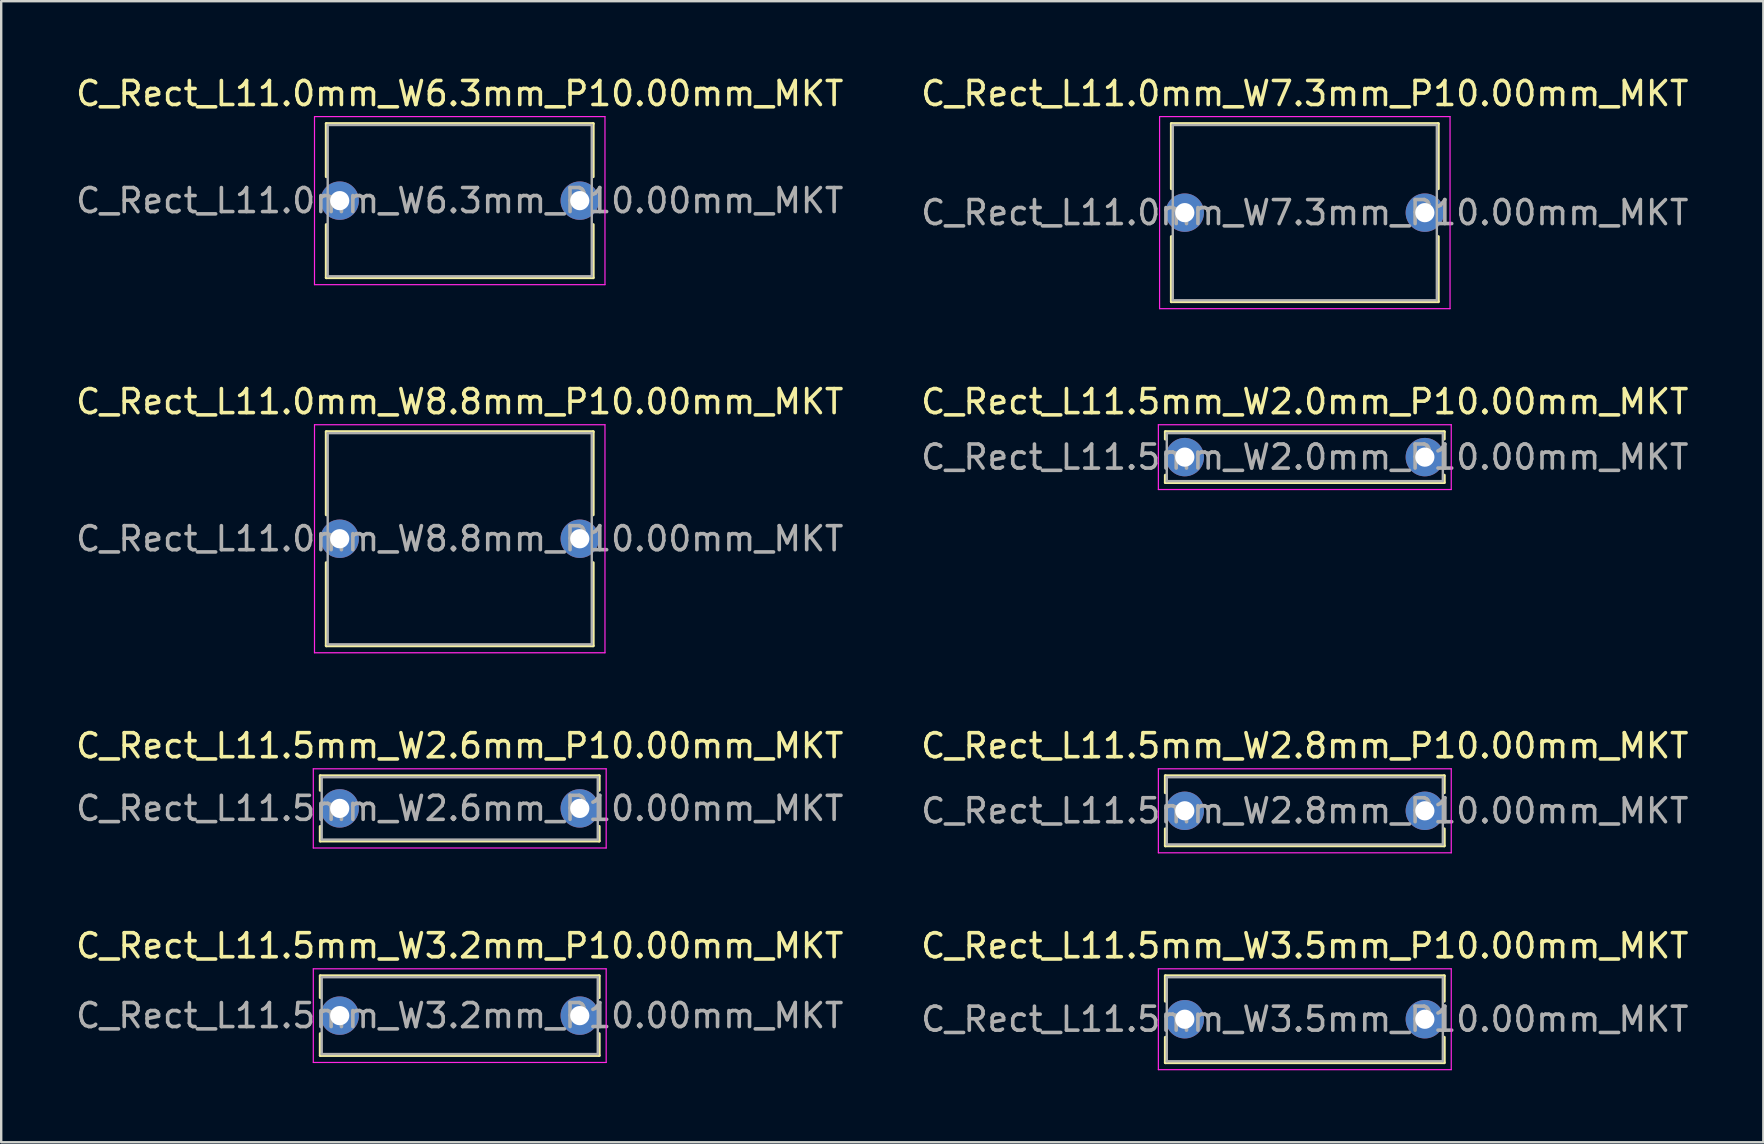
<source format=kicad_pcb>
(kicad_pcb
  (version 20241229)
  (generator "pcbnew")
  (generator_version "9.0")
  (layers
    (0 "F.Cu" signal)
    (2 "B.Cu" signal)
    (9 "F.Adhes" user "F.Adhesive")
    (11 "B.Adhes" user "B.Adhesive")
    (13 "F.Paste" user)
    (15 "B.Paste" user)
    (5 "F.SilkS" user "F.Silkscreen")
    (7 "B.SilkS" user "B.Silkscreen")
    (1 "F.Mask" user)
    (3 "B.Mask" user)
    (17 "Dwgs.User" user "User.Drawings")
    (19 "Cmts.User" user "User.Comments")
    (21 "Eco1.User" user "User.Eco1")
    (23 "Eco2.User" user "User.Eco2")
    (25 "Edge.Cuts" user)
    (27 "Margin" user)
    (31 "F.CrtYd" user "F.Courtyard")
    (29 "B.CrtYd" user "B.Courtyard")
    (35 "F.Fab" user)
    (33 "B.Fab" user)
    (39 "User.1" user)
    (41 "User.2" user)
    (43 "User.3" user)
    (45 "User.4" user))
  (footprint "C_Rect_L11.0mm_W8.8mm_P10.00mm_MKT"
    (layer "F.Cu")
    (at 11.101 19.392)
    (property "Reference" "C_Rect_L11.0mm_W8.8mm_P10.00mm_MKT" (at 5 -5.71 0) (layer "F.SilkS") (effects (font (size 1 1) (thickness 0.15))))
    (attr through_hole)
    (fp_line (start -0.56 -4.46) (end -0.56 -0.996) (stroke (width 0.12) (type solid)) (layer "F.SilkS"))
    (fp_line (start -0.56 -4.46) (end 10.56 -4.46) (stroke (width 0.12) (type solid)) (layer "F.SilkS"))
    (fp_line (start -0.56 0.996) (end -0.56 4.46) (stroke (width 0.12) (type solid)) (layer "F.SilkS"))
    (fp_line (start -0.56 4.46) (end 10.56 4.46) (stroke (width 0.12) (type solid)) (layer "F.SilkS"))
    (fp_line (start 10.56 -4.46) (end 10.56 -0.996) (stroke (width 0.12) (type solid)) (layer "F.SilkS"))
    (fp_line (start 10.56 0.996) (end 10.56 4.46) (stroke (width 0.12) (type solid)) (layer "F.SilkS"))
    (fp_line (start -1.05 -4.75) (end -1.05 4.75) (stroke (width 0.05) (type solid)) (layer "F.CrtYd"))
    (fp_line (start -1.05 4.75) (end 11.05 4.75) (stroke (width 0.05) (type solid)) (layer "F.CrtYd"))
    (fp_line (start 11.05 -4.75) (end -1.05 -4.75) (stroke (width 0.05) (type solid)) (layer "F.CrtYd"))
    (fp_line (start 11.05 4.75) (end 11.05 -4.75) (stroke (width 0.05) (type solid)) (layer "F.CrtYd"))
    (fp_line (start -0.5 -4.4) (end -0.5 4.4) (stroke (width 0.1) (type solid)) (layer "F.Fab"))
    (fp_line (start -0.5 4.4) (end 10.5 4.4) (stroke (width 0.1) (type solid)) (layer "F.Fab"))
    (fp_line (start 10.5 -4.4) (end -0.5 -4.4) (stroke (width 0.1) (type solid)) (layer "F.Fab"))
    (fp_line (start 10.5 4.4) (end 10.5 -4.4) (stroke (width 0.1) (type solid)) (layer "F.Fab"))
    (fp_text user "${REFERENCE}" (at 5 0 0) (layer "F.Fab") (effects (font (size 1 1) (thickness 0.15))))
    (pad "1" thru_hole circle (at 0 0) (size 1.6 1.6) (drill 0.8) (layers "*.Cu" "*.Mask"))
    (pad "2" thru_hole circle (at 10 0) (size 1.6 1.6) (drill 0.8) (layers "*.Cu" "*.Mask")))
  (footprint "C_Rect_L11.5mm_W3.5mm_P10.00mm_MKT"
    (layer "F.Cu")
    (at 46.304 39.408)
    (property "Reference" "C_Rect_L11.5mm_W3.5mm_P10.00mm_MKT" (at 5 -3.06 0) (layer "F.SilkS") (effects (font (size 1 1) (thickness 0.15))))
    (attr through_hole)
    (fp_line (start -0.81 -1.81) (end -0.81 -0.75) (stroke (width 0.12) (type solid)) (layer "F.SilkS"))
    (fp_line (start -0.81 -1.81) (end 10.81 -1.81) (stroke (width 0.12) (type solid)) (layer "F.SilkS"))
    (fp_line (start -0.81 0.75) (end -0.81 1.81) (stroke (width 0.12) (type solid)) (layer "F.SilkS"))
    (fp_line (start -0.81 1.81) (end 10.81 1.81) (stroke (width 0.12) (type solid)) (layer "F.SilkS"))
    (fp_line (start 10.81 -1.81) (end 10.81 -0.75) (stroke (width 0.12) (type solid)) (layer "F.SilkS"))
    (fp_line (start 10.81 0.75) (end 10.81 1.81) (stroke (width 0.12) (type solid)) (layer "F.SilkS"))
    (fp_line (start -1.1 -2.1) (end -1.1 2.1) (stroke (width 0.05) (type solid)) (layer "F.CrtYd"))
    (fp_line (start -1.1 2.1) (end 11.1 2.1) (stroke (width 0.05) (type solid)) (layer "F.CrtYd"))
    (fp_line (start 11.1 -2.1) (end -1.1 -2.1) (stroke (width 0.05) (type solid)) (layer "F.CrtYd"))
    (fp_line (start 11.1 2.1) (end 11.1 -2.1) (stroke (width 0.05) (type solid)) (layer "F.CrtYd"))
    (fp_line (start -0.75 -1.75) (end -0.75 1.75) (stroke (width 0.1) (type solid)) (layer "F.Fab"))
    (fp_line (start -0.75 1.75) (end 10.75 1.75) (stroke (width 0.1) (type solid)) (layer "F.Fab"))
    (fp_line (start 10.75 -1.75) (end -0.75 -1.75) (stroke (width 0.1) (type solid)) (layer "F.Fab"))
    (fp_line (start 10.75 1.75) (end 10.75 -1.75) (stroke (width 0.1) (type solid)) (layer "F.Fab"))
    (fp_text user "${REFERENCE}" (at 5 0 0) (layer "F.Fab") (effects (font (size 1 1) (thickness 0.15))))
    (pad "1" thru_hole circle (at 0 0) (size 1.6 1.6) (drill 0.8) (layers "*.Cu" "*.Mask"))
    (pad "2" thru_hole circle (at 10 0) (size 1.6 1.6) (drill 0.8) (layers "*.Cu" "*.Mask")))
  (footprint "C_Rect_L11.5mm_W3.2mm_P10.00mm_MKT"
    (layer "F.Cu")
    (at 11.101 39.258)
    (property "Reference" "C_Rect_L11.5mm_W3.2mm_P10.00mm_MKT" (at 5 -2.91 0) (layer "F.SilkS") (effects (font (size 1 1) (thickness 0.15))))
    (attr through_hole)
    (fp_line (start -0.81 -1.66) (end -0.81 -0.75) (stroke (width 0.12) (type solid)) (layer "F.SilkS"))
    (fp_line (start -0.81 -1.66) (end 10.81 -1.66) (stroke (width 0.12) (type solid)) (layer "F.SilkS"))
    (fp_line (start -0.81 0.75) (end -0.81 1.66) (stroke (width 0.12) (type solid)) (layer "F.SilkS"))
    (fp_line (start -0.81 1.66) (end 10.81 1.66) (stroke (width 0.12) (type solid)) (layer "F.SilkS"))
    (fp_line (start 10.81 -1.66) (end 10.81 -0.75) (stroke (width 0.12) (type solid)) (layer "F.SilkS"))
    (fp_line (start 10.81 0.75) (end 10.81 1.66) (stroke (width 0.12) (type solid)) (layer "F.SilkS"))
    (fp_line (start -1.1 -1.95) (end -1.1 1.95) (stroke (width 0.05) (type solid)) (layer "F.CrtYd"))
    (fp_line (start -1.1 1.95) (end 11.1 1.95) (stroke (width 0.05) (type solid)) (layer "F.CrtYd"))
    (fp_line (start 11.1 -1.95) (end -1.1 -1.95) (stroke (width 0.05) (type solid)) (layer "F.CrtYd"))
    (fp_line (start 11.1 1.95) (end 11.1 -1.95) (stroke (width 0.05) (type solid)) (layer "F.CrtYd"))
    (fp_line (start -0.75 -1.6) (end -0.75 1.6) (stroke (width 0.1) (type solid)) (layer "F.Fab"))
    (fp_line (start -0.75 1.6) (end 10.75 1.6) (stroke (width 0.1) (type solid)) (layer "F.Fab"))
    (fp_line (start 10.75 -1.6) (end -0.75 -1.6) (stroke (width 0.1) (type solid)) (layer "F.Fab"))
    (fp_line (start 10.75 1.6) (end 10.75 -1.6) (stroke (width 0.1) (type solid)) (layer "F.Fab"))
    (fp_text user "${REFERENCE}" (at 5 0 0) (layer "F.Fab") (effects (font (size 1 1) (thickness 0.15))))
    (pad "1" thru_hole circle (at 0 0) (size 1.6 1.6) (drill 0.8) (layers "*.Cu" "*.Mask"))
    (pad "2" thru_hole circle (at 10 0) (size 1.6 1.6) (drill 0.8) (layers "*.Cu" "*.Mask")))
  (footprint "C_Rect_L11.0mm_W6.3mm_P10.00mm_MKT"
    (layer "F.Cu")
    (at 11.101 5.308)
    (property "Reference" "C_Rect_L11.0mm_W6.3mm_P10.00mm_MKT" (at 5 -4.46 0) (layer "F.SilkS") (effects (font (size 1 1) (thickness 0.15))))
    (attr through_hole)
    (fp_line (start -0.56 -3.21) (end -0.56 -0.996) (stroke (width 0.12) (type solid)) (layer "F.SilkS"))
    (fp_line (start -0.56 -3.21) (end 10.56 -3.21) (stroke (width 0.12) (type solid)) (layer "F.SilkS"))
    (fp_line (start -0.56 0.996) (end -0.56 3.21) (stroke (width 0.12) (type solid)) (layer "F.SilkS"))
    (fp_line (start -0.56 3.21) (end 10.56 3.21) (stroke (width 0.12) (type solid)) (layer "F.SilkS"))
    (fp_line (start 10.56 -3.21) (end 10.56 -0.996) (stroke (width 0.12) (type solid)) (layer "F.SilkS"))
    (fp_line (start 10.56 0.996) (end 10.56 3.21) (stroke (width 0.12) (type solid)) (layer "F.SilkS"))
    (fp_line (start -1.05 -3.5) (end -1.05 3.5) (stroke (width 0.05) (type solid)) (layer "F.CrtYd"))
    (fp_line (start -1.05 3.5) (end 11.05 3.5) (stroke (width 0.05) (type solid)) (layer "F.CrtYd"))
    (fp_line (start 11.05 -3.5) (end -1.05 -3.5) (stroke (width 0.05) (type solid)) (layer "F.CrtYd"))
    (fp_line (start 11.05 3.5) (end 11.05 -3.5) (stroke (width 0.05) (type solid)) (layer "F.CrtYd"))
    (fp_line (start -0.5 -3.15) (end -0.5 3.15) (stroke (width 0.1) (type solid)) (layer "F.Fab"))
    (fp_line (start -0.5 3.15) (end 10.5 3.15) (stroke (width 0.1) (type solid)) (layer "F.Fab"))
    (fp_line (start 10.5 -3.15) (end -0.5 -3.15) (stroke (width 0.1) (type solid)) (layer "F.Fab"))
    (fp_line (start 10.5 3.15) (end 10.5 -3.15) (stroke (width 0.1) (type solid)) (layer "F.Fab"))
    (fp_text user "${REFERENCE}" (at 5 0 0) (layer "F.Fab") (effects (font (size 1 1) (thickness 0.15))))
    (pad "1" thru_hole circle (at 0 0) (size 1.6 1.6) (drill 0.8) (layers "*.Cu" "*.Mask"))
    (pad "2" thru_hole circle (at 10 0) (size 1.6 1.6) (drill 0.8) (layers "*.Cu" "*.Mask")))
  (footprint "C_Rect_L11.5mm_W2.8mm_P10.00mm_MKT"
    (layer "F.Cu")
    (at 46.304 30.725)
    (property "Reference" "C_Rect_L11.5mm_W2.8mm_P10.00mm_MKT" (at 5 -2.71 0) (layer "F.SilkS") (effects (font (size 1 1) (thickness 0.15))))
    (attr through_hole)
    (fp_line (start -0.81 -1.46) (end -0.81 -0.75) (stroke (width 0.12) (type solid)) (layer "F.SilkS"))
    (fp_line (start -0.81 -1.46) (end 10.81 -1.46) (stroke (width 0.12) (type solid)) (layer "F.SilkS"))
    (fp_line (start -0.81 0.75) (end -0.81 1.46) (stroke (width 0.12) (type solid)) (layer "F.SilkS"))
    (fp_line (start -0.81 1.46) (end 10.81 1.46) (stroke (width 0.12) (type solid)) (layer "F.SilkS"))
    (fp_line (start 10.81 -1.46) (end 10.81 -0.75) (stroke (width 0.12) (type solid)) (layer "F.SilkS"))
    (fp_line (start 10.81 0.75) (end 10.81 1.46) (stroke (width 0.12) (type solid)) (layer "F.SilkS"))
    (fp_line (start -1.1 -1.75) (end -1.1 1.75) (stroke (width 0.05) (type solid)) (layer "F.CrtYd"))
    (fp_line (start -1.1 1.75) (end 11.1 1.75) (stroke (width 0.05) (type solid)) (layer "F.CrtYd"))
    (fp_line (start 11.1 -1.75) (end -1.1 -1.75) (stroke (width 0.05) (type solid)) (layer "F.CrtYd"))
    (fp_line (start 11.1 1.75) (end 11.1 -1.75) (stroke (width 0.05) (type solid)) (layer "F.CrtYd"))
    (fp_line (start -0.75 -1.4) (end -0.75 1.4) (stroke (width 0.1) (type solid)) (layer "F.Fab"))
    (fp_line (start -0.75 1.4) (end 10.75 1.4) (stroke (width 0.1) (type solid)) (layer "F.Fab"))
    (fp_line (start 10.75 -1.4) (end -0.75 -1.4) (stroke (width 0.1) (type solid)) (layer "F.Fab"))
    (fp_line (start 10.75 1.4) (end 10.75 -1.4) (stroke (width 0.1) (type solid)) (layer "F.Fab"))
    (fp_text user "${REFERENCE}" (at 5 0 0) (layer "F.Fab") (effects (font (size 1 1) (thickness 0.15))))
    (pad "1" thru_hole circle (at 0 0) (size 1.6 1.6) (drill 0.8) (layers "*.Cu" "*.Mask"))
    (pad "2" thru_hole circle (at 10 0) (size 1.6 1.6) (drill 0.8) (layers "*.Cu" "*.Mask")))
  (footprint "C_Rect_L11.5mm_W2.0mm_P10.00mm_MKT"
    (layer "F.Cu")
    (at 46.304 15.992)
    (property "Reference" "C_Rect_L11.5mm_W2.0mm_P10.00mm_MKT" (at 5 -2.31 0) (layer "F.SilkS") (effects (font (size 1 1) (thickness 0.15))))
    (attr through_hole)
    (fp_line (start -0.81 -1.06) (end -0.81 -0.75) (stroke (width 0.12) (type solid)) (layer "F.SilkS"))
    (fp_line (start -0.81 -1.06) (end 10.81 -1.06) (stroke (width 0.12) (type solid)) (layer "F.SilkS"))
    (fp_line (start -0.81 0.75) (end -0.81 1.06) (stroke (width 0.12) (type solid)) (layer "F.SilkS"))
    (fp_line (start -0.81 1.06) (end 10.81 1.06) (stroke (width 0.12) (type solid)) (layer "F.SilkS"))
    (fp_line (start 10.81 -1.06) (end 10.81 -0.75) (stroke (width 0.12) (type solid)) (layer "F.SilkS"))
    (fp_line (start 10.81 0.75) (end 10.81 1.06) (stroke (width 0.12) (type solid)) (layer "F.SilkS"))
    (fp_line (start -1.1 -1.35) (end -1.1 1.35) (stroke (width 0.05) (type solid)) (layer "F.CrtYd"))
    (fp_line (start -1.1 1.35) (end 11.1 1.35) (stroke (width 0.05) (type solid)) (layer "F.CrtYd"))
    (fp_line (start 11.1 -1.35) (end -1.1 -1.35) (stroke (width 0.05) (type solid)) (layer "F.CrtYd"))
    (fp_line (start 11.1 1.35) (end 11.1 -1.35) (stroke (width 0.05) (type solid)) (layer "F.CrtYd"))
    (fp_line (start -0.75 -1) (end -0.75 1) (stroke (width 0.1) (type solid)) (layer "F.Fab"))
    (fp_line (start -0.75 1) (end 10.75 1) (stroke (width 0.1) (type solid)) (layer "F.Fab"))
    (fp_line (start 10.75 -1) (end -0.75 -1) (stroke (width 0.1) (type solid)) (layer "F.Fab"))
    (fp_line (start 10.75 1) (end 10.75 -1) (stroke (width 0.1) (type solid)) (layer "F.Fab"))
    (fp_text user "${REFERENCE}" (at 5 0 0) (layer "F.Fab") (effects (font (size 1 1) (thickness 0.15))))
    (pad "1" thru_hole circle (at 0 0) (size 1.6 1.6) (drill 0.8) (layers "*.Cu" "*.Mask"))
    (pad "2" thru_hole circle (at 10 0) (size 1.6 1.6) (drill 0.8) (layers "*.Cu" "*.Mask")))
  (footprint "C_Rect_L11.0mm_W7.3mm_P10.00mm_MKT"
    (layer "F.Cu")
    (at 46.304 5.808)
    (property "Reference" "C_Rect_L11.0mm_W7.3mm_P10.00mm_MKT" (at 5 -4.96 0) (layer "F.SilkS") (effects (font (size 1 1) (thickness 0.15))))
    (attr through_hole)
    (fp_line (start -0.56 -3.71) (end -0.56 -0.996) (stroke (width 0.12) (type solid)) (layer "F.SilkS"))
    (fp_line (start -0.56 -3.71) (end 10.56 -3.71) (stroke (width 0.12) (type solid)) (layer "F.SilkS"))
    (fp_line (start -0.56 0.996) (end -0.56 3.71) (stroke (width 0.12) (type solid)) (layer "F.SilkS"))
    (fp_line (start -0.56 3.71) (end 10.56 3.71) (stroke (width 0.12) (type solid)) (layer "F.SilkS"))
    (fp_line (start 10.56 -3.71) (end 10.56 -0.996) (stroke (width 0.12) (type solid)) (layer "F.SilkS"))
    (fp_line (start 10.56 0.996) (end 10.56 3.71) (stroke (width 0.12) (type solid)) (layer "F.SilkS"))
    (fp_line (start -1.05 -4) (end -1.05 4) (stroke (width 0.05) (type solid)) (layer "F.CrtYd"))
    (fp_line (start -1.05 4) (end 11.05 4) (stroke (width 0.05) (type solid)) (layer "F.CrtYd"))
    (fp_line (start 11.05 -4) (end -1.05 -4) (stroke (width 0.05) (type solid)) (layer "F.CrtYd"))
    (fp_line (start 11.05 4) (end 11.05 -4) (stroke (width 0.05) (type solid)) (layer "F.CrtYd"))
    (fp_line (start -0.5 -3.65) (end -0.5 3.65) (stroke (width 0.1) (type solid)) (layer "F.Fab"))
    (fp_line (start -0.5 3.65) (end 10.5 3.65) (stroke (width 0.1) (type solid)) (layer "F.Fab"))
    (fp_line (start 10.5 -3.65) (end -0.5 -3.65) (stroke (width 0.1) (type solid)) (layer "F.Fab"))
    (fp_line (start 10.5 3.65) (end 10.5 -3.65) (stroke (width 0.1) (type solid)) (layer "F.Fab"))
    (fp_text user "${REFERENCE}" (at 5 0 0) (layer "F.Fab") (effects (font (size 1 1) (thickness 0.15))))
    (pad "1" thru_hole circle (at 0 0) (size 1.6 1.6) (drill 0.8) (layers "*.Cu" "*.Mask"))
    (pad "2" thru_hole circle (at 10 0) (size 1.6 1.6) (drill 0.8) (layers "*.Cu" "*.Mask")))
  (footprint "C_Rect_L11.5mm_W2.6mm_P10.00mm_MKT"
    (layer "F.Cu")
    (at 11.101 30.625)
    (property "Reference" "C_Rect_L11.5mm_W2.6mm_P10.00mm_MKT" (at 5 -2.61 0) (layer "F.SilkS") (effects (font (size 1 1) (thickness 0.15))))
    (attr through_hole)
    (fp_line (start -0.81 -1.36) (end -0.81 -0.75) (stroke (width 0.12) (type solid)) (layer "F.SilkS"))
    (fp_line (start -0.81 -1.36) (end 10.81 -1.36) (stroke (width 0.12) (type solid)) (layer "F.SilkS"))
    (fp_line (start -0.81 0.75) (end -0.81 1.36) (stroke (width 0.12) (type solid)) (layer "F.SilkS"))
    (fp_line (start -0.81 1.36) (end 10.81 1.36) (stroke (width 0.12) (type solid)) (layer "F.SilkS"))
    (fp_line (start 10.81 -1.36) (end 10.81 -0.75) (stroke (width 0.12) (type solid)) (layer "F.SilkS"))
    (fp_line (start 10.81 0.75) (end 10.81 1.36) (stroke (width 0.12) (type solid)) (layer "F.SilkS"))
    (fp_line (start -1.1 -1.65) (end -1.1 1.65) (stroke (width 0.05) (type solid)) (layer "F.CrtYd"))
    (fp_line (start -1.1 1.65) (end 11.1 1.65) (stroke (width 0.05) (type solid)) (layer "F.CrtYd"))
    (fp_line (start 11.1 -1.65) (end -1.1 -1.65) (stroke (width 0.05) (type solid)) (layer "F.CrtYd"))
    (fp_line (start 11.1 1.65) (end 11.1 -1.65) (stroke (width 0.05) (type solid)) (layer "F.CrtYd"))
    (fp_line (start -0.75 -1.3) (end -0.75 1.3) (stroke (width 0.1) (type solid)) (layer "F.Fab"))
    (fp_line (start -0.75 1.3) (end 10.75 1.3) (stroke (width 0.1) (type solid)) (layer "F.Fab"))
    (fp_line (start 10.75 -1.3) (end -0.75 -1.3) (stroke (width 0.1) (type solid)) (layer "F.Fab"))
    (fp_line (start 10.75 1.3) (end 10.75 -1.3) (stroke (width 0.1) (type solid)) (layer "F.Fab"))
    (fp_text user "${REFERENCE}" (at 5 0 0) (layer "F.Fab") (effects (font (size 1 1) (thickness 0.15))))
    (pad "1" thru_hole circle (at 0 0) (size 1.6 1.6) (drill 0.8) (layers "*.Cu" "*.Mask"))
    (pad "2" thru_hole circle (at 10 0) (size 1.6 1.6) (drill 0.8) (layers "*.Cu" "*.Mask")))
  (gr_rect
    (start -3 -3)
    (end 70.405 44.533)
    (stroke (width 0.1) (type default))
    (fill no)
    (layer "Edge.Cuts")))
</source>
